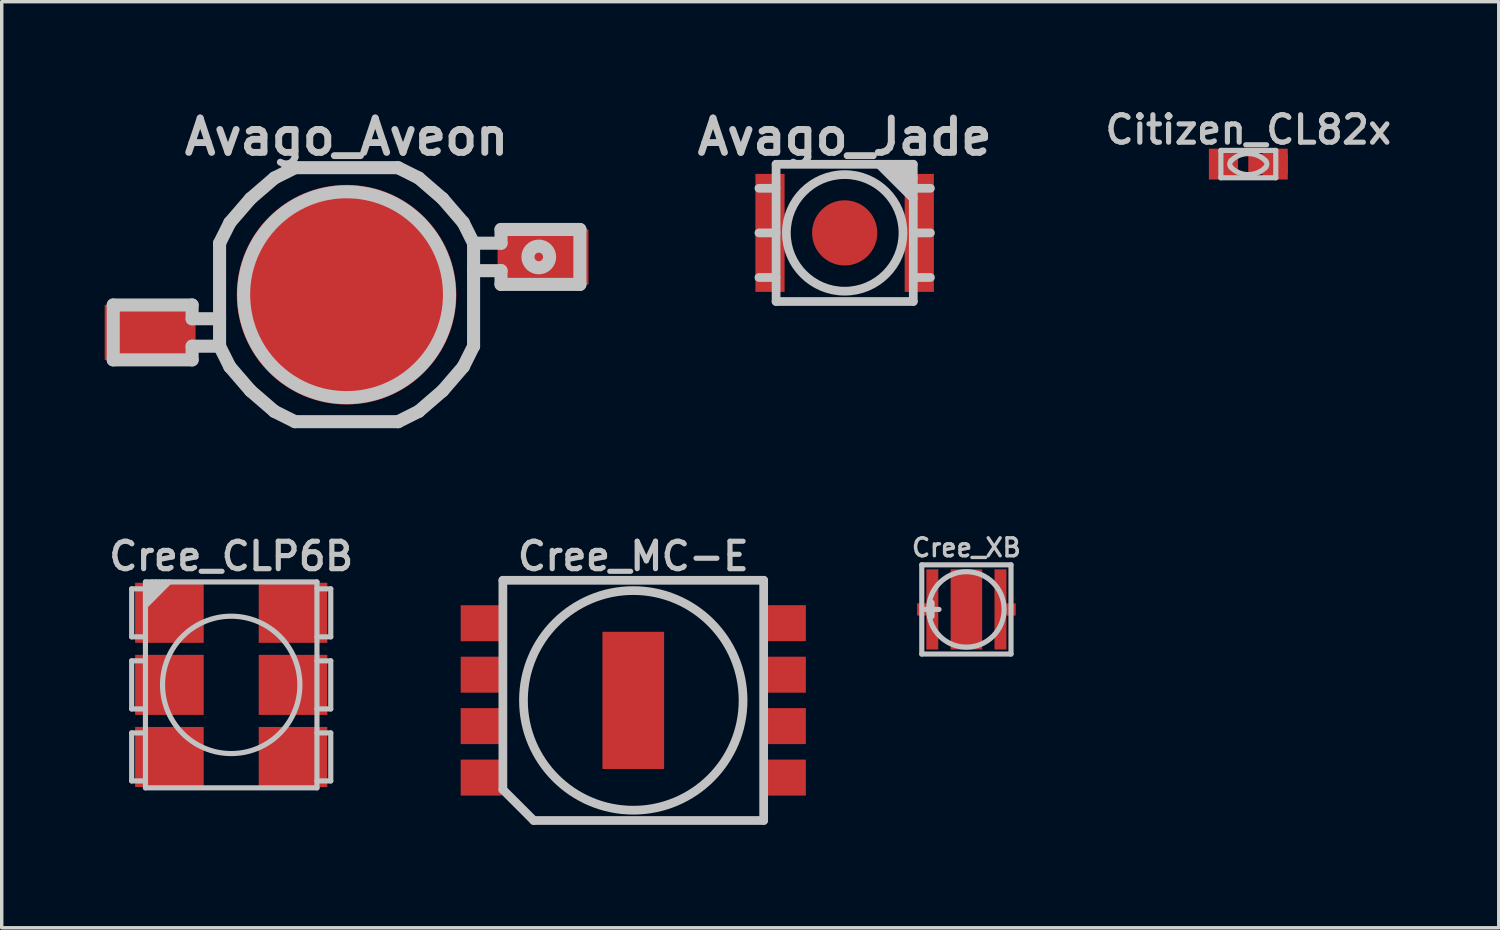
<source format=kicad_pcb>
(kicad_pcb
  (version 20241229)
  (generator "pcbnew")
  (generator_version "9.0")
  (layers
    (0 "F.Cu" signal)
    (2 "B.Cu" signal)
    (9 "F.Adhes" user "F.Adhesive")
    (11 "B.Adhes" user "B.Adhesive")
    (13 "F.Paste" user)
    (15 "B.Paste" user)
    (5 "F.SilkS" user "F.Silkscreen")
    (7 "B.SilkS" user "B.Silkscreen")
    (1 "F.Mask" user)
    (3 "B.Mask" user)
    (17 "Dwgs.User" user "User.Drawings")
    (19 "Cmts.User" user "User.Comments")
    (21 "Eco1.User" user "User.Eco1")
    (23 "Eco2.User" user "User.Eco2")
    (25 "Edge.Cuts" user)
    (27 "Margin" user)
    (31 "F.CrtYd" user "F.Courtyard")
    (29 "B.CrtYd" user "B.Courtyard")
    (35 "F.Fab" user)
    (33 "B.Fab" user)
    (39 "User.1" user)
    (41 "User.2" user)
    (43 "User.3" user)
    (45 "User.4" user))
  (footprint "Cree_MC-E"
    (layer "F.Cu")
    (at 15.405 17.361)
    (property "Reference" "Cree_MC-E" (at 0 -4.201 0) (layer "Dwgs.User") (effects (font (size 0.8 0.8) (thickness 0.15))))
    (attr through_hole)
    (fp_line (start -3.8 2.601) (end -3.8 -3.5) (stroke (width 0.254) (type solid)) (layer "Dwgs.User"))
    (fp_line (start -2.901 3.5) (end -3.8 2.601) (stroke (width 0.254) (type solid)) (layer "Dwgs.User"))
    (fp_line (start -2.901 3.5) (end 3.8 3.5) (stroke (width 0.254) (type solid)) (layer "Dwgs.User"))
    (fp_line (start 3.8 -3.5) (end -3.8 -3.5) (stroke (width 0.254) (type solid)) (layer "Dwgs.User"))
    (fp_line (start 3.8 3.5) (end 3.8 -3.5) (stroke (width 0.254) (type solid)) (layer "Dwgs.User"))
    (fp_circle (center 0 0) (end -3.2 0) (stroke (width 0.254) (type solid)) (fill no) (layer "Dwgs.User"))
    (pad "1" smd rect (at -4.43 2.25) (size 1.199 1.049) (layers "F.Cu" "F.Mask" "F.Paste"))
    (pad "2" smd rect (at -4.43 0.749) (size 1.199 1.049) (layers "F.Cu" "F.Mask" "F.Paste"))
    (pad "3" smd rect (at -4.43 -0.749) (size 1.199 1.049) (layers "F.Cu" "F.Mask" "F.Paste"))
    (pad "4" smd rect (at -4.43 -2.248) (size 1.199 1.049) (layers "F.Cu" "F.Mask" "F.Paste"))
    (pad "5" smd rect (at 4.43 -2.25) (size 1.199 1.049) (layers "F.Cu" "F.Mask" "F.Paste"))
    (pad "6" smd rect (at 4.43 -0.749) (size 1.199 1.049) (layers "F.Cu" "F.Mask" "F.Paste"))
    (pad "7" smd rect (at 4.43 0.749) (size 1.199 1.049) (layers "F.Cu" "F.Mask" "F.Paste"))
    (pad "8" smd rect (at 4.43 2.25) (size 1.199 1.049) (layers "F.Cu" "F.Mask" "F.Paste"))
    (pad "9" smd rect (at 0 0) (size 1.798 3.998) (layers "F.Cu" "F.Mask" "F.Paste")))
  (footprint "Cree_XB"
    (layer "F.Cu")
    (at 25.113 14.71)
    (property "Reference" "Cree_XB" (at 0 -1.801 0) (layer "Dwgs.User") (effects (font (size 0.523 0.523) (thickness 0.099))))
    (attr through_hole)
    (fp_line (start -1.3 -1.3) (end 1.3 -1.3) (stroke (width 0.15) (type solid)) (layer "Dwgs.User"))
    (fp_line (start -1.3 1.3) (end -1.3 -1.3) (stroke (width 0.15) (type solid)) (layer "Dwgs.User"))
    (fp_line (start -1.001 0.201) (end -1.001 -0.201) (stroke (width 0.15) (type solid)) (layer "Dwgs.User"))
    (fp_line (start -0.798 0) (end -1.199 0) (stroke (width 0.15) (type solid)) (layer "Dwgs.User"))
    (fp_line (start 1.3 -1.3) (end 1.3 1.3) (stroke (width 0.15) (type solid)) (layer "Dwgs.User"))
    (fp_line (start 1.3 1.3) (end -1.3 1.3) (stroke (width 0.15) (type solid)) (layer "Dwgs.User"))
    (fp_circle (center 0 0) (end -1.1 0) (stroke (width 0.15) (type solid)) (fill no) (layer "Dwgs.User"))
    (pad "1" smd rect (at -1.298 0) (size 0.277 0.356) (layers "F.Cu" "F.Mask"))
    (pad "1" smd rect (at -0.993 0) (size 0.348 2.337) (layers "F.Cu" "F.Mask" "F.Paste"))
    (pad "2" smd rect (at 0.993 0) (size 0.348 2.337) (layers "F.Cu" "F.Mask" "F.Paste"))
    (pad "2" smd rect (at 1.298 0) (size 0.277 0.356) (layers "F.Cu" "F.Mask"))
    (pad "3" smd rect (at 0 0) (size 0.919 2.337) (layers "F.Cu" "F.Mask" "F.Paste")))
  (footprint "Avago_Jade"
    (layer "F.Cu")
    (at 21.566 3.737)
    (property "Reference" "Avago_Jade" (at 0 -2.799 0) (layer "Dwgs.User") (effects (font (size 1.001 1.001) (thickness 0.201))))
    (attr through_hole)
    (fp_line (start -1.999 -1.999) (end 1.999 -1.999) (stroke (width 0.254) (type solid)) (layer "Dwgs.User"))
    (fp_line (start -1.999 -1.3) (end -2.499 -1.3) (stroke (width 0.254) (type solid)) (layer "Dwgs.User"))
    (fp_line (start -1.999 0) (end -2.499 0) (stroke (width 0.254) (type solid)) (layer "Dwgs.User"))
    (fp_line (start -1.999 1.3) (end -2.499 1.3) (stroke (width 0.254) (type solid)) (layer "Dwgs.User"))
    (fp_line (start -1.999 1.999) (end -1.999 -1.999) (stroke (width 0.254) (type solid)) (layer "Dwgs.User"))
    (fp_line (start 1.3 -1.999) (end 1.999 -1.3) (stroke (width 0.254) (type solid)) (layer "Dwgs.User"))
    (fp_line (start 1.6 -1.999) (end 1.999 -1.6) (stroke (width 0.254) (type solid)) (layer "Dwgs.User"))
    (fp_line (start 1.999 -1.999) (end 1.999 1.999) (stroke (width 0.254) (type solid)) (layer "Dwgs.User"))
    (fp_line (start 1.999 -1.001) (end 1.001 -1.999) (stroke (width 0.254) (type solid)) (layer "Dwgs.User"))
    (fp_line (start 1.999 1.999) (end -1.999 1.999) (stroke (width 0.254) (type solid)) (layer "Dwgs.User"))
    (fp_line (start 2.499 -1.3) (end 1.999 -1.3) (stroke (width 0.254) (type solid)) (layer "Dwgs.User"))
    (fp_line (start 2.499 0) (end 1.999 0) (stroke (width 0.254) (type solid)) (layer "Dwgs.User"))
    (fp_line (start 2.499 1.3) (end 1.999 1.3) (stroke (width 0.254) (type solid)) (layer "Dwgs.User"))
    (fp_circle (center 0 0) (end -1.699 0) (stroke (width 0.254) (type solid)) (fill no) (layer "Dwgs.User"))
    (pad "1" smd rect (at -2.177 0) (size 0.851 3.439) (layers "F.Cu" "F.Mask" "F.Paste"))
    (pad "2" smd rect (at 2.174 0) (size 0.851 3.439) (layers "F.Cu" "F.Mask" "F.Paste"))
    (pad "3" smd circle (at 0 0) (size 1.9 1.9) (layers "F.Cu" "F.Mask" "F.Paste")))
  (footprint "Avago_Aveon"
    (layer "F.Cu")
    (at 7.05 5.538)
    (property "Reference" "Avago_Aveon" (at 0 -4.6 0) (layer "Dwgs.User") (effects (font (size 1.001 1.001) (thickness 0.201))))
    (attr through_hole)
    (fp_line (start -6.8 0.3) (end -4.501 0.3) (stroke (width 0.381) (type solid)) (layer "Dwgs.User"))
    (fp_line (start -6.8 1.9) (end -6.8 0.3) (stroke (width 0.381) (type solid)) (layer "Dwgs.User"))
    (fp_line (start -6.8 1.9) (end -4.501 1.9) (stroke (width 0.381) (type solid)) (layer "Dwgs.User"))
    (fp_line (start -4.501 0.3) (end -4.501 0.701) (stroke (width 0.381) (type solid)) (layer "Dwgs.User"))
    (fp_line (start -4.501 0.701) (end -3.701 0.701) (stroke (width 0.381) (type solid)) (layer "Dwgs.User"))
    (fp_line (start -4.501 1.501) (end -3.701 1.501) (stroke (width 0.381) (type solid)) (layer "Dwgs.User"))
    (fp_line (start -4.501 1.9) (end -4.501 1.501) (stroke (width 0.381) (type solid)) (layer "Dwgs.User"))
    (fp_line (start -3.701 -1.501) (end -3.401 -2.101) (stroke (width 0.381) (type solid)) (layer "Dwgs.User"))
    (fp_line (start -3.701 1.501) (end -3.701 -1.501) (stroke (width 0.381) (type solid)) (layer "Dwgs.User"))
    (fp_line (start -3.701 1.501) (end -3.401 2.101) (stroke (width 0.381) (type solid)) (layer "Dwgs.User"))
    (fp_line (start -3.401 -2.101) (end -2.799 -2.799) (stroke (width 0.381) (type solid)) (layer "Dwgs.User"))
    (fp_line (start -2.799 -2.799) (end -2.101 -3.401) (stroke (width 0.381) (type solid)) (layer "Dwgs.User"))
    (fp_line (start -2.799 2.799) (end -3.401 2.101) (stroke (width 0.381) (type solid)) (layer "Dwgs.User"))
    (fp_line (start -2.101 -3.401) (end -1.501 -3.701) (stroke (width 0.381) (type solid)) (layer "Dwgs.User"))
    (fp_line (start -2.101 3.401) (end -2.799 2.799) (stroke (width 0.381) (type solid)) (layer "Dwgs.User"))
    (fp_line (start -1.501 -3.701) (end 1.501 -3.701) (stroke (width 0.381) (type solid)) (layer "Dwgs.User"))
    (fp_line (start -1.501 3.701) (end -2.101 3.401) (stroke (width 0.381) (type solid)) (layer "Dwgs.User"))
    (fp_line (start 1.501 -3.701) (end 2.101 -3.401) (stroke (width 0.381) (type solid)) (layer "Dwgs.User"))
    (fp_line (start 1.501 3.701) (end -1.501 3.701) (stroke (width 0.381) (type solid)) (layer "Dwgs.User"))
    (fp_line (start 1.501 3.701) (end 2.101 3.401) (stroke (width 0.381) (type solid)) (layer "Dwgs.User"))
    (fp_line (start 2.101 -3.401) (end 2.799 -2.799) (stroke (width 0.381) (type solid)) (layer "Dwgs.User"))
    (fp_line (start 2.799 -2.799) (end 3.401 -2.101) (stroke (width 0.381) (type solid)) (layer "Dwgs.User"))
    (fp_line (start 2.799 2.799) (end 2.101 3.401) (stroke (width 0.381) (type solid)) (layer "Dwgs.User"))
    (fp_line (start 3.401 2.101) (end 2.799 2.799) (stroke (width 0.381) (type solid)) (layer "Dwgs.User"))
    (fp_line (start 3.701 -1.501) (end 3.401 -2.101) (stroke (width 0.381) (type solid)) (layer "Dwgs.User"))
    (fp_line (start 3.701 -1.501) (end 3.701 1.501) (stroke (width 0.381) (type solid)) (layer "Dwgs.User"))
    (fp_line (start 3.701 1.501) (end 3.401 2.101) (stroke (width 0.381) (type solid)) (layer "Dwgs.User"))
    (fp_line (start 4.501 -1.9) (end 4.501 -1.501) (stroke (width 0.381) (type solid)) (layer "Dwgs.User"))
    (fp_line (start 4.501 -1.501) (end 3.701 -1.501) (stroke (width 0.381) (type solid)) (layer "Dwgs.User"))
    (fp_line (start 4.501 -0.701) (end 3.701 -0.701) (stroke (width 0.381) (type solid)) (layer "Dwgs.User"))
    (fp_line (start 4.501 -0.3) (end 4.501 -0.701) (stroke (width 0.381) (type solid)) (layer "Dwgs.User"))
    (fp_line (start 6.8 -1.9) (end 4.501 -1.9) (stroke (width 0.381) (type solid)) (layer "Dwgs.User"))
    (fp_line (start 6.8 -1.9) (end 6.8 -0.3) (stroke (width 0.381) (type solid)) (layer "Dwgs.User"))
    (fp_line (start 6.8 -0.3) (end 4.501 -0.3) (stroke (width 0.381) (type solid)) (layer "Dwgs.User"))
    (fp_circle (center 0 0) (end -3 0) (stroke (width 0.381) (type solid)) (fill no) (layer "Dwgs.User"))
    (fp_circle (center 5.601 -1.1) (end 5.301 -1.001) (stroke (width 0.381) (type solid)) (fill no) (layer "Dwgs.User"))
    (pad "1" smd rect (at -5.725 1.1) (size 2.649 1.6) (layers "F.Cu" "F.Mask" "F.Paste"))
    (pad "2" smd rect (at 5.725 -1.1) (size 2.649 1.6) (layers "F.Cu" "F.Mask" "F.Paste"))
    (pad "3" smd circle (at 0 0) (size 6.401 6.401) (layers "F.Cu" "F.Mask" "F.Paste")))
  (footprint "Cree_CLP6B"
    (layer "F.Cu")
    (at 3.688 16.909)
    (property "Reference" "Cree_CLP6B" (at 0 -3.749 0) (layer "Dwgs.User") (effects (font (size 0.8 0.8) (thickness 0.15))))
    (attr through_hole)
    (fp_line (start -2.901 -2.799) (end -2.901 -1.4) (stroke (width 0.15) (type solid)) (layer "Dwgs.User"))
    (fp_line (start -2.901 -1.4) (end -2.499 -1.4) (stroke (width 0.15) (type solid)) (layer "Dwgs.User"))
    (fp_line (start -2.901 -0.701) (end -2.901 0.701) (stroke (width 0.15) (type solid)) (layer "Dwgs.User"))
    (fp_line (start -2.901 0.701) (end -2.499 0.701) (stroke (width 0.15) (type solid)) (layer "Dwgs.User"))
    (fp_line (start -2.901 1.4) (end -2.901 2.799) (stroke (width 0.15) (type solid)) (layer "Dwgs.User"))
    (fp_line (start -2.901 2.799) (end -2.499 2.799) (stroke (width 0.15) (type solid)) (layer "Dwgs.User"))
    (fp_line (start -2.499 -3) (end -2.499 3) (stroke (width 0.15) (type solid)) (layer "Dwgs.User"))
    (fp_line (start -2.499 -2.799) (end -2.901 -2.799) (stroke (width 0.15) (type solid)) (layer "Dwgs.User"))
    (fp_line (start -2.499 -2.799) (end -2.301 -3) (stroke (width 0.15) (type solid)) (layer "Dwgs.User"))
    (fp_line (start -2.499 -2.7) (end -2.2 -3) (stroke (width 0.15) (type solid)) (layer "Dwgs.User"))
    (fp_line (start -2.499 -2.601) (end -2.101 -3) (stroke (width 0.15) (type solid)) (layer "Dwgs.User"))
    (fp_line (start -2.499 -2.499) (end -1.999 -3) (stroke (width 0.15) (type solid)) (layer "Dwgs.User"))
    (fp_line (start -2.499 -2.4) (end -1.9 -3) (stroke (width 0.15) (type solid)) (layer "Dwgs.User"))
    (fp_line (start -2.499 -2.301) (end -1.801 -3) (stroke (width 0.15) (type solid)) (layer "Dwgs.User"))
    (fp_line (start -2.499 -0.701) (end -2.901 -0.701) (stroke (width 0.15) (type solid)) (layer "Dwgs.User"))
    (fp_line (start -2.499 1.4) (end -2.901 1.4) (stroke (width 0.15) (type solid)) (layer "Dwgs.User"))
    (fp_line (start -2.499 3) (end 2.499 3) (stroke (width 0.15) (type solid)) (layer "Dwgs.User"))
    (fp_line (start 2.499 -3) (end -2.499 -3) (stroke (width 0.15) (type solid)) (layer "Dwgs.User"))
    (fp_line (start 2.499 -1.4) (end 2.901 -1.4) (stroke (width 0.15) (type solid)) (layer "Dwgs.User"))
    (fp_line (start 2.499 0.701) (end 2.901 0.701) (stroke (width 0.15) (type solid)) (layer "Dwgs.User"))
    (fp_line (start 2.499 2.799) (end 2.901 2.799) (stroke (width 0.15) (type solid)) (layer "Dwgs.User"))
    (fp_line (start 2.499 3) (end 2.499 -3) (stroke (width 0.15) (type solid)) (layer "Dwgs.User"))
    (fp_line (start 2.901 -2.799) (end 2.499 -2.799) (stroke (width 0.15) (type solid)) (layer "Dwgs.User"))
    (fp_line (start 2.901 -1.4) (end 2.901 -2.799) (stroke (width 0.15) (type solid)) (layer "Dwgs.User"))
    (fp_line (start 2.901 -0.701) (end 2.499 -0.701) (stroke (width 0.15) (type solid)) (layer "Dwgs.User"))
    (fp_line (start 2.901 0.701) (end 2.901 -0.701) (stroke (width 0.15) (type solid)) (layer "Dwgs.User"))
    (fp_line (start 2.901 1.4) (end 2.499 1.4) (stroke (width 0.15) (type solid)) (layer "Dwgs.User"))
    (fp_line (start 2.901 2.799) (end 2.901 1.4) (stroke (width 0.15) (type solid)) (layer "Dwgs.User"))
    (fp_circle (center 0 0) (end -1.999 0.099) (stroke (width 0.15) (type solid)) (fill no) (layer "Dwgs.User"))
    (pad "1" smd rect (at -1.801 -2.101) (size 1.999 1.75) (layers "F.Cu" "F.Mask" "F.Paste"))
    (pad "2" smd rect (at -1.801 0) (size 1.999 1.75) (layers "F.Cu" "F.Mask" "F.Paste"))
    (pad "3" smd rect (at -1.801 2.101) (size 1.999 1.75) (layers "F.Cu" "F.Mask" "F.Paste"))
    (pad "4" smd rect (at 1.801 2.101) (size 1.999 1.75) (layers "F.Cu" "F.Mask" "F.Paste"))
    (pad "5" smd rect (at 1.801 0) (size 1.999 1.75) (layers "F.Cu" "F.Mask" "F.Paste"))
    (pad "6" smd rect (at 1.801 -2.101) (size 1.999 1.75) (layers "F.Cu" "F.Mask" "F.Paste")))
  (footprint "Citizen_CL82x"
    (layer "F.Cu")
    (at 33.329 1.732)
    (property "Reference" "Citizen_CL82x" (at 0 -1.001 0) (layer "Dwgs.User") (effects (font (size 0.8 0.8) (thickness 0.15))))
    (attr through_hole)
    (fp_line (start -0.8 -0.399) (end 0.8 -0.399) (stroke (width 0.15) (type solid)) (layer "Dwgs.User"))
    (fp_line (start -0.8 0.399) (end -0.8 -0.399) (stroke (width 0.15) (type solid)) (layer "Dwgs.User"))
    (fp_line (start 0.8 -0.399) (end 0.8 0.399) (stroke (width 0.15) (type solid)) (layer "Dwgs.User"))
    (fp_line (start 0.8 0.399) (end -0.8 0.399) (stroke (width 0.15) (type solid)) (layer "Dwgs.User"))
    (fp_arc (start -0.50038 -0.09906) (mid 0 -0.306324) (end 0.50038 -0.09906) (stroke (width 0.14986) (type solid)) (layer "Dwgs.User"))
    (fp_arc (start -0.50038 0.09906) (mid -0.540668 -0.001796) (end -0.49784 -0.1016) (stroke (width 0.14986) (type solid)) (layer "Dwgs.User"))
    (fp_arc (start 0.50038 -0.09906) (mid 0.540668 0.001796) (end 0.49784 0.1016) (stroke (width 0.14986) (type solid)) (layer "Dwgs.User"))
    (fp_arc (start 0.50038 0.09906) (mid 0 0.306324) (end -0.50038 0.09906) (stroke (width 0.14986) (type solid)) (layer "Dwgs.User"))
    (pad "1" smd rect (at -0.724 0) (size 0.851 0.899) (layers "F.Cu" "F.Mask" "F.Paste"))
    (pad "2" smd rect (at 0.574 0) (size 1.151 0.599) (layers "F.Cu" "F.Mask" "F.Paste"))
    (pad "2" smd rect (at 0.782 0) (size 0.734 0.899) (layers "F.Cu" "F.Mask" "F.Paste")))
  (gr_rect
    (start -3 -3)
    (end 40.627 23.988)
    (stroke (width 0.1) (type default))
    (fill no)
    (layer "Edge.Cuts")))
</source>
